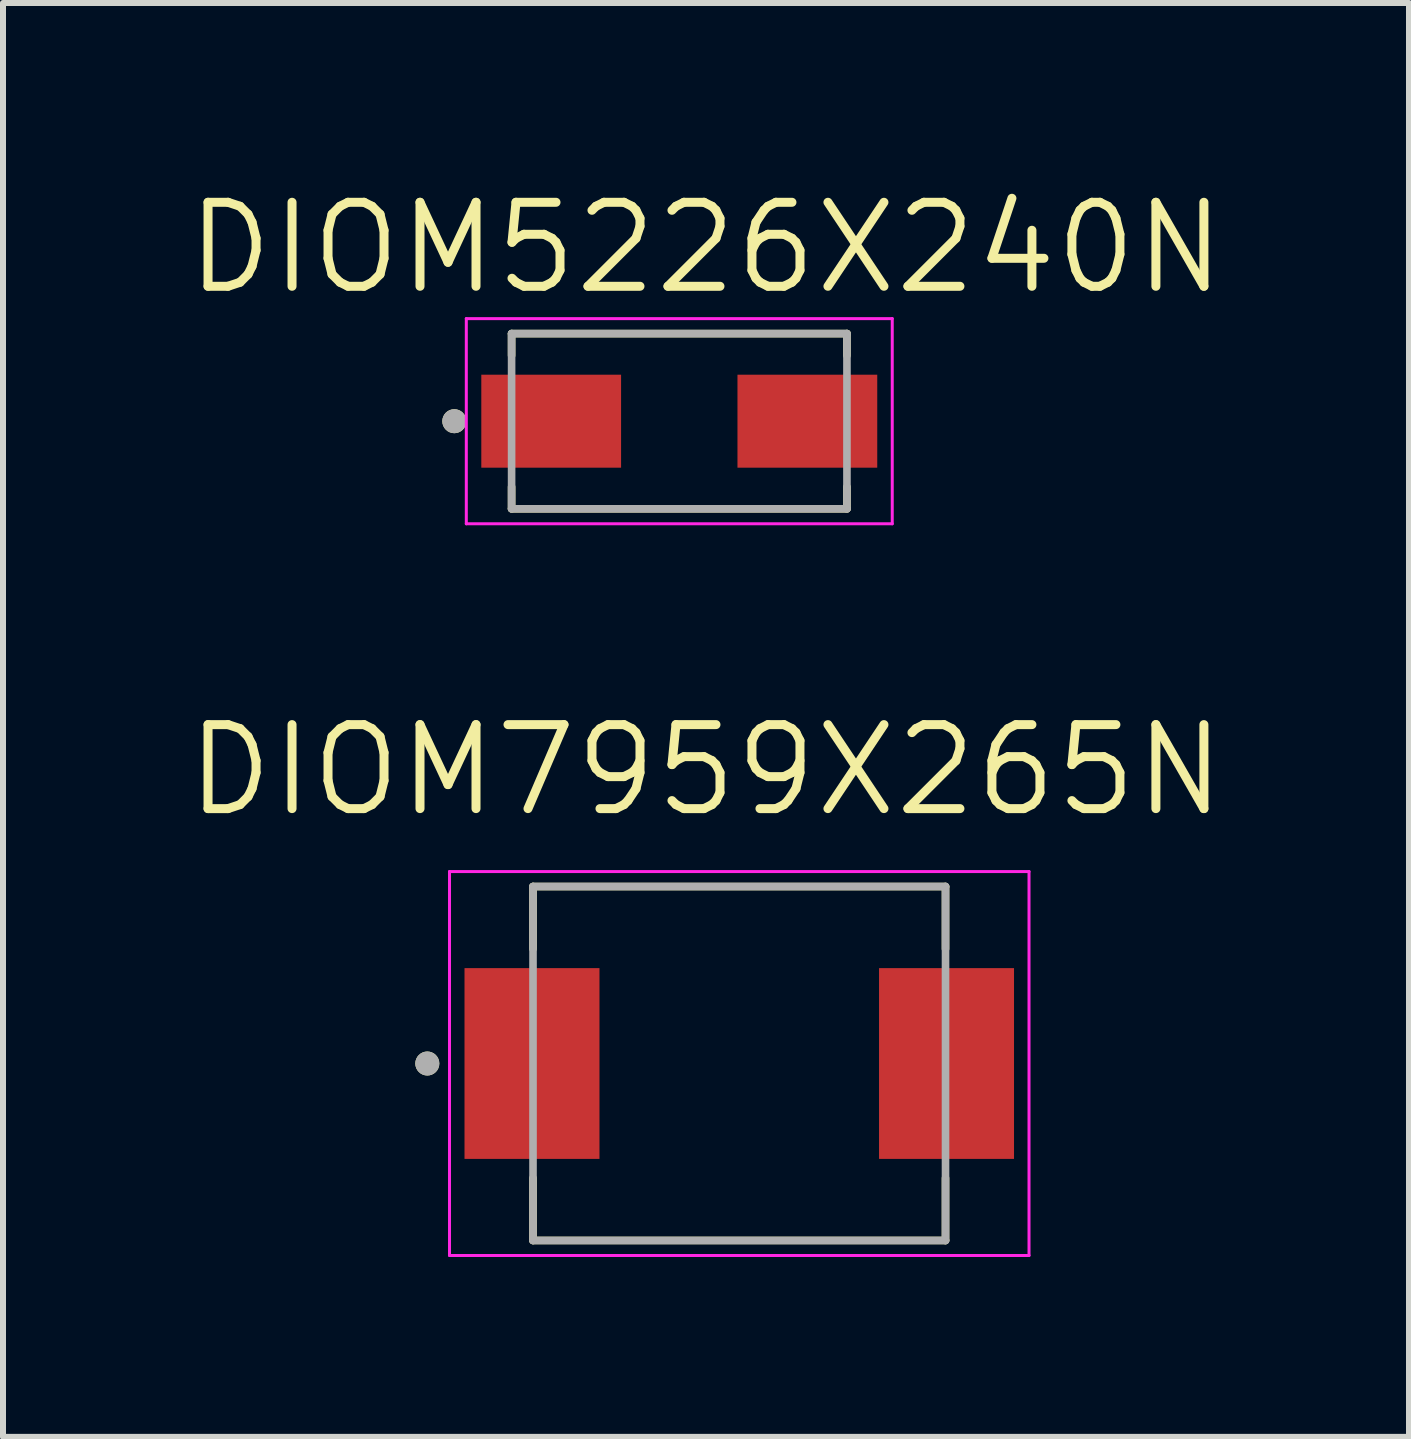
<source format=kicad_pcb>
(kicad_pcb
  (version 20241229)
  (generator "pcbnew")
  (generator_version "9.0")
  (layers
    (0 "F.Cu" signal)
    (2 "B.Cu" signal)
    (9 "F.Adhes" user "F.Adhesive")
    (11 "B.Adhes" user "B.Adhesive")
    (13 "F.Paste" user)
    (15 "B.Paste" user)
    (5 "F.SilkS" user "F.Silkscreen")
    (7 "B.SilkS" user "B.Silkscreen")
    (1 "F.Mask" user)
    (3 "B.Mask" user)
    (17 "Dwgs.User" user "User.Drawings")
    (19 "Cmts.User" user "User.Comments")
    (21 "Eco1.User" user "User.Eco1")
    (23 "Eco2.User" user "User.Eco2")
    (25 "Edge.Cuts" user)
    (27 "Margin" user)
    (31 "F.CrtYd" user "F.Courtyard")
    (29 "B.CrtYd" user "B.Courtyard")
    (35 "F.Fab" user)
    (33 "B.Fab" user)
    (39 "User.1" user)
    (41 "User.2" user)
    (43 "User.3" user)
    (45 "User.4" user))
  (footprint "DIOM7959X265N"
    (layer "F.Cu")
    (at 9.273 14.678)
    (property "Reference" "DIOM7959X265N" (at -0.555 -4.889 0) (layer "F.SilkS") (effects (font (size 1.4 1.4) (thickness 0.15))))
    (attr through_hole)
    (fp_line (start -3.438 -2.95) (end -3.438 -1.91) (stroke (width 0.127) (type solid)) (layer "F.SilkS"))
    (fp_line (start -3.438 1.91) (end -3.438 2.95) (stroke (width 0.127) (type solid)) (layer "F.SilkS"))
    (fp_line (start -3.438 2.95) (end 3.438 2.95) (stroke (width 0.127) (type solid)) (layer "F.SilkS"))
    (fp_line (start 3.438 -2.95) (end -3.438 -2.95) (stroke (width 0.127) (type solid)) (layer "F.SilkS"))
    (fp_line (start 3.438 -1.91) (end 3.438 -2.95) (stroke (width 0.127) (type solid)) (layer "F.SilkS"))
    (fp_line (start 3.438 2.95) (end 3.438 1.91) (stroke (width 0.127) (type solid)) (layer "F.SilkS"))
    (fp_circle (center -5.2 0) (end -5.1 0) (stroke (width 0.2) (type solid)) (fill no) (layer "F.SilkS"))
    (fp_line (start -4.83 -3.2) (end -4.83 3.2) (stroke (width 0.05) (type solid)) (layer "F.CrtYd"))
    (fp_line (start -4.83 3.2) (end 4.83 3.2) (stroke (width 0.05) (type solid)) (layer "F.CrtYd"))
    (fp_line (start 4.83 -3.2) (end -4.83 -3.2) (stroke (width 0.05) (type solid)) (layer "F.CrtYd"))
    (fp_line (start 4.83 3.2) (end 4.83 -3.2) (stroke (width 0.05) (type solid)) (layer "F.CrtYd"))
    (fp_line (start -3.438 -2.95) (end -3.438 2.95) (stroke (width 0.127) (type solid)) (layer "F.Fab"))
    (fp_line (start -3.438 2.95) (end 3.438 2.95) (stroke (width 0.127) (type solid)) (layer "F.Fab"))
    (fp_line (start 3.438 -2.95) (end -3.438 -2.95) (stroke (width 0.127) (type solid)) (layer "F.Fab"))
    (fp_line (start 3.438 2.95) (end 3.438 -2.95) (stroke (width 0.127) (type solid)) (layer "F.Fab"))
    (fp_circle (center -5.2 0) (end -5.1 0) (stroke (width 0.2) (type solid)) (fill no) (layer "F.Fab"))
    (pad "A" smd rect (at 3.455 0 180) (size 2.25 3.18) (layers "F.Cu" "F.Mask" "F.Paste"))
    (pad "C" smd rect (at -3.455 0) (size 2.25 3.18) (layers "F.Cu" "F.Mask" "F.Paste")))
  (footprint "DIOM5226X240N"
    (layer "F.Cu")
    (at 8.273 3.971)
    (property "Reference" "DIOM5226X240N" (at 0.445 -2.889 0) (layer "F.SilkS") (effects (font (size 1.4 1.4) (thickness 0.15))))
    (attr through_hole)
    (fp_line (start -2.795 -1.46) (end 2.795 -1.46) (stroke (width 0.127) (type solid)) (layer "F.SilkS"))
    (fp_line (start -2.795 -1.095) (end -2.795 -1.46) (stroke (width 0.127) (type solid)) (layer "F.SilkS"))
    (fp_line (start -2.795 1.46) (end -2.795 1.095) (stroke (width 0.127) (type solid)) (layer "F.SilkS"))
    (fp_line (start 2.795 -1.46) (end 2.795 -1.095) (stroke (width 0.127) (type solid)) (layer "F.SilkS"))
    (fp_line (start 2.795 1.095) (end 2.795 1.46) (stroke (width 0.127) (type solid)) (layer "F.SilkS"))
    (fp_line (start 2.795 1.46) (end -2.795 1.46) (stroke (width 0.127) (type solid)) (layer "F.SilkS"))
    (fp_circle (center -3.75 0) (end -3.65 0) (stroke (width 0.2) (type solid)) (fill no) (layer "F.SilkS"))
    (fp_line (start -3.55 -1.71) (end 3.55 -1.71) (stroke (width 0.05) (type solid)) (layer "F.CrtYd"))
    (fp_line (start -3.55 1.71) (end -3.55 -1.71) (stroke (width 0.05) (type solid)) (layer "F.CrtYd"))
    (fp_line (start 3.55 -1.71) (end 3.55 1.71) (stroke (width 0.05) (type solid)) (layer "F.CrtYd"))
    (fp_line (start 3.55 1.71) (end -3.55 1.71) (stroke (width 0.05) (type solid)) (layer "F.CrtYd"))
    (fp_line (start -2.795 -1.46) (end 2.795 -1.46) (stroke (width 0.127) (type solid)) (layer "F.Fab"))
    (fp_line (start -2.795 1.46) (end -2.795 -1.46) (stroke (width 0.127) (type solid)) (layer "F.Fab"))
    (fp_line (start 2.795 -1.46) (end 2.795 1.46) (stroke (width 0.127) (type solid)) (layer "F.Fab"))
    (fp_line (start 2.795 1.46) (end -2.795 1.46) (stroke (width 0.127) (type solid)) (layer "F.Fab"))
    (fp_circle (center -3.75 0) (end -3.65 0) (stroke (width 0.2) (type solid)) (fill no) (layer "F.Fab"))
    (pad "A" smd rect (at 2.135 0) (size 2.33 1.55) (layers "F.Cu" "F.Mask" "F.Paste"))
    (pad "C" smd rect (at -2.135 0) (size 2.33 1.55) (layers "F.Cu" "F.Mask" "F.Paste")))
  (gr_rect
    (start -3 -3)
    (end 20.437 20.902)
    (stroke (width 0.1) (type default))
    (fill no)
    (layer "Edge.Cuts")))
</source>
